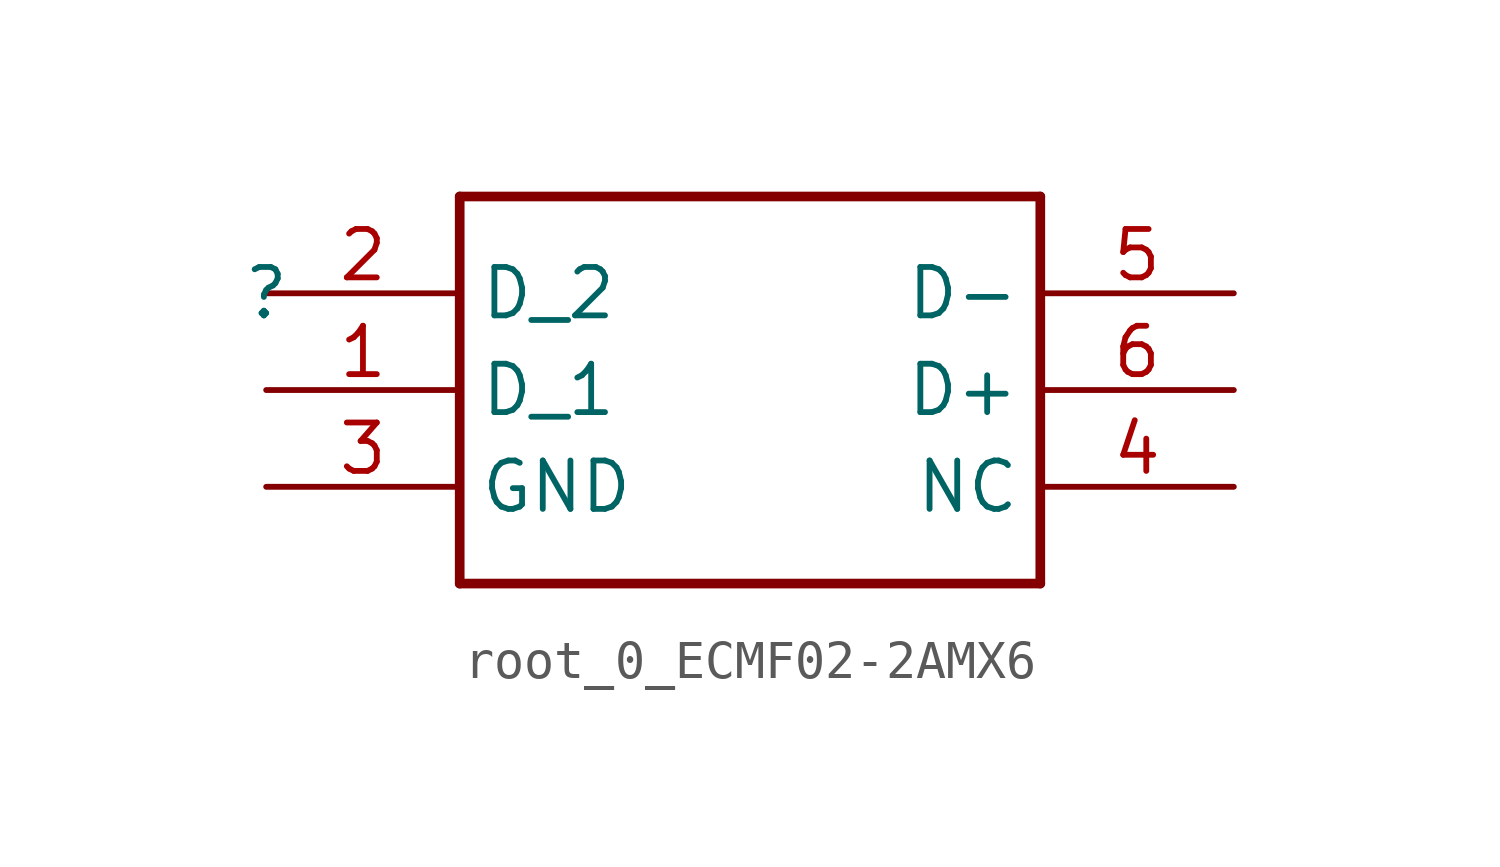
<source format=kicad_sym>
(kicad_symbol_lib
  (version 20220914)
  (generator kicad_symbol_editor)
  (symbol "root_0_ECMF02-2AMX6"
    (property "Reference" ""
      (at 0 0 0)
      (effects (font (size 1.27 1.27))))
    (property "Value" ""
      (at 0 0 0)
      (effects (font (size 1.27 1.27))))
    (symbol "root_0_ECMF02-2AMX6_1_0"
      (polyline (pts (xy 5.08 2.54) (xy 5.08 -7.62)) (stroke (width 0.254) (type solid)) (fill (type none)))
      (polyline (pts (xy 5.08 2.54) (xy 20.32 2.54)) (stroke (width 0.254) (type solid)) (fill (type none)))
      (polyline (pts (xy 20.32 -7.62) (xy 5.08 -7.62)) (stroke (width 0.254) (type solid)) (fill (type none)))
      (polyline (pts (xy 20.32 -7.62) (xy 20.32 2.54)) (stroke (width 0.254) (type solid)) (fill (type none)))
      (pin passive line (at 0 -2.54 0) (length 5.08) (name "D_1" (effects (font (size 1.27 1.27)))) (number "1" (effects (font (size 1.27 1.27)))))
      (pin passive line (at 0 0 0) (length 5.08) (name "D_2" (effects (font (size 1.27 1.27)))) (number "2" (effects (font (size 1.27 1.27)))))
      (pin passive line (at 0 -5.08 0) (length 5.08) (name "GND" (effects (font (size 1.27 1.27)))) (number "3" (effects (font (size 1.27 1.27)))))
      (pin passive line (at 25.4 -5.08 180) (length 5.08) (name "NC" (effects (font (size 1.27 1.27)))) (number "4" (effects (font (size 1.27 1.27)))))
      (pin passive line (at 25.4 0 180) (length 5.08) (name "D-" (effects (font (size 1.27 1.27)))) (number "5" (effects (font (size 1.27 1.27)))))
      (pin passive line (at 25.4 -2.54 180) (length 5.08) (name "D+" (effects (font (size 1.27 1.27)))) (number "6" (effects (font (size 1.27 1.27))))))))
</source>
